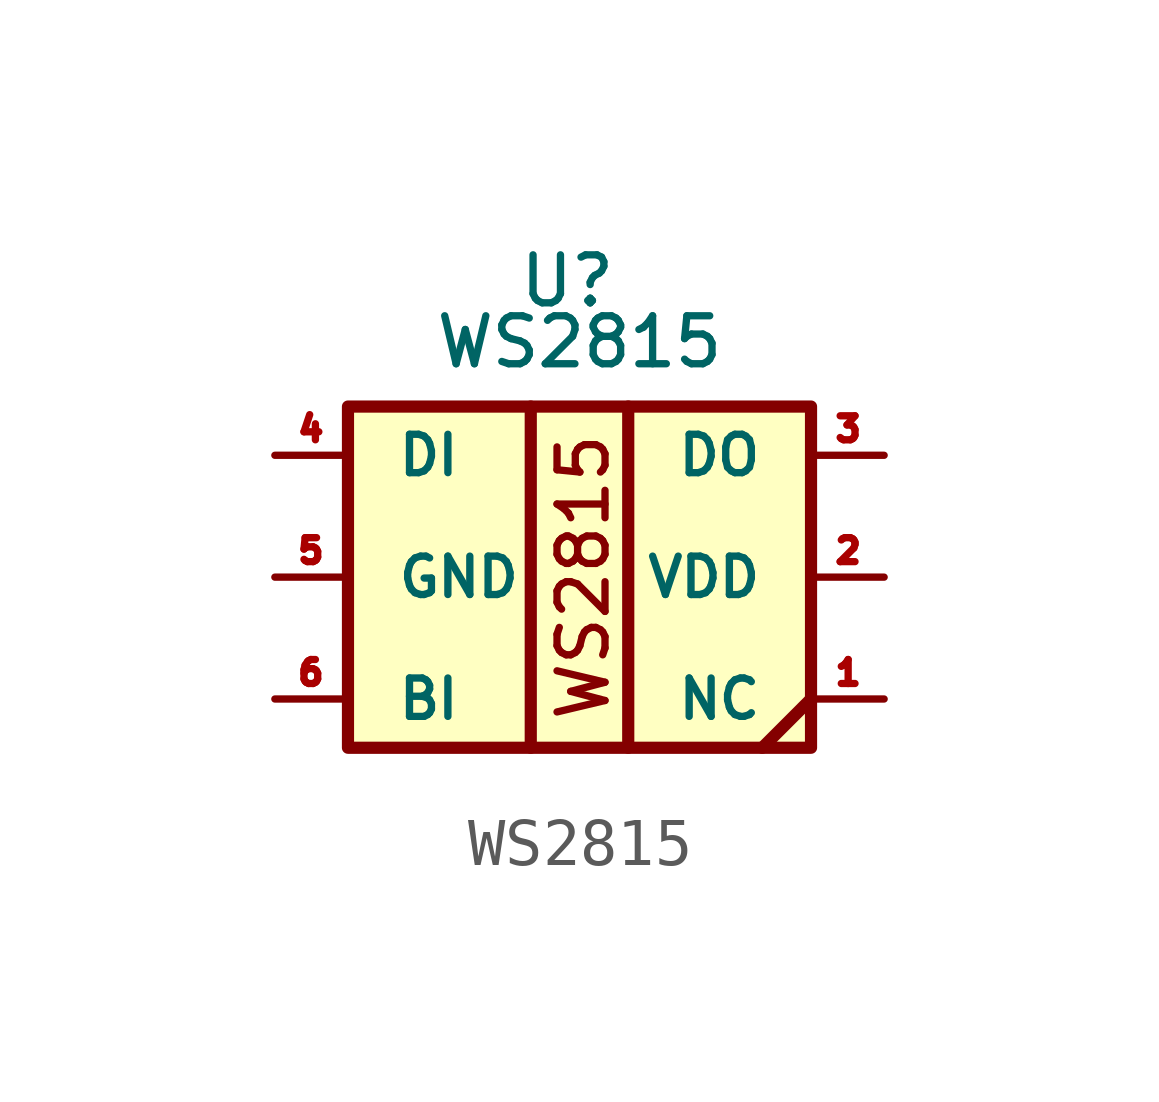
<source format=kicad_sym>
(kicad_symbol_lib
  (version 20231120)
  (generator "kicad_symbol_editor")
  (generator_version "8.0")
  (symbol "WS2815"
    (pin_names
      (offset 1.016))
    (property "Reference" "U"
      (at -0.254 6.858 0)
      (effects (font (size 1 1)) (justify bottom)))
    (property "Value" "WS2815"
      (at 0 5.588 0)
      (effects (font (size 1 1)) (justify bottom)))
    (symbol "WS2815_0_0"
      (rectangle (start -4.826 4.826) (end 4.826 -2.286) (stroke (width 0.254) (type default)) (fill (type background)))
      (polyline (pts (xy -1.016 -2.286) (xy -1.016 4.826)) (stroke (width 0.254) (type default)) (fill (type none)))
      (polyline (pts (xy 1.016 -2.286) (xy 1.016 4.826)) (stroke (width 0.254) (type default)) (fill (type none)))
      (polyline (pts (xy 3.81 -2.286) (xy 4.826 -1.27)) (stroke (width 0.254) (type default)) (fill (type none))))
    (symbol "WS2815_1_0"
      (text "WS2815" (at -0.508 1.27 900) (effects (font (size 1 1)) (justify top)))
      (pin bidirectional line (at 6.35 -1.27 180) (length 1.5) (name "NC" (effects (font (size 0.8 0.8)))) (number "1" (effects (font (size 0.5 0.5)))))
      (pin bidirectional line (at 6.35 1.27 180) (length 1.5) (name "VDD" (effects (font (size 0.8 0.8)))) (number "2" (effects (font (size 0.5 0.5)))))
      (pin bidirectional line (at 6.35 3.81 180) (length 1.5) (name "DO" (effects (font (size 0.8 0.8)))) (number "3" (effects (font (size 0.5 0.5)))))
      (pin bidirectional line (at -6.35 3.81 0) (length 1.5) (name "DI" (effects (font (size 0.8 0.8)))) (number "4" (effects (font (size 0.5 0.5)))))
      (pin bidirectional line (at -6.35 1.27 0) (length 1.5) (name "GND" (effects (font (size 0.8 0.8)))) (number "5" (effects (font (size 0.5 0.5)))))
      (pin bidirectional line (at -6.35 -1.27 0) (length 1.5) (name "BI" (effects (font (size 0.8 0.8)))) (number "6" (effects (font (size 0.5 0.5))))))))
</source>
